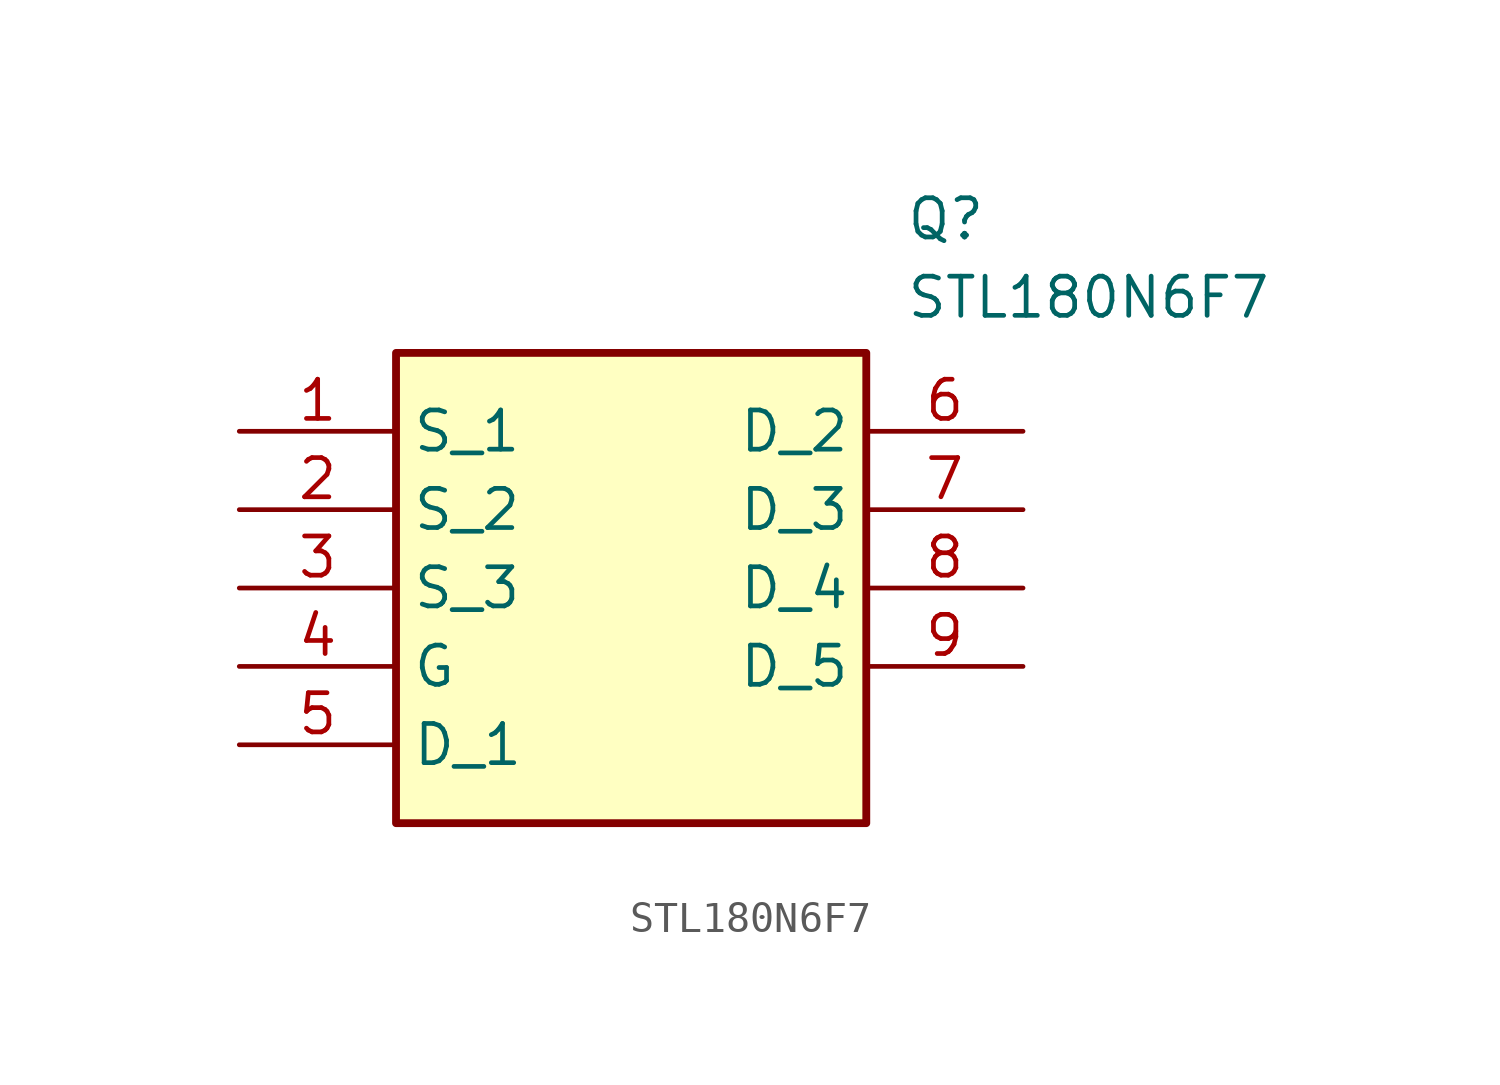
<source format=kicad_sym>
(kicad_symbol_lib
  (version 20241209)
  (generator "kicad_symbol_editor")
  (generator_version "9.0")
  (symbol "STL180N6F7"
    (property "Reference" "Q"
      (at 21.59 7.62 0)
      (effects (font (size 1.27 1.27)) (justify left top)))
    (property "Value" "STL180N6F7"
      (at 21.59 5.08 0)
      (effects (font (size 1.27 1.27)) (justify left top)))
    (symbol "STL180N6F7_1_1"
      (rectangle (start 5.08 2.54) (end 20.32 -12.7) (stroke (width 0.254) (type default)) (fill (type background)))
      (pin passive line (at 0 0 0) (length 5.08) (name "S_1" (effects (font (size 1.27 1.27)))) (number "1" (effects (font (size 1.27 1.27)))))
      (pin passive line (at 0 -2.54 0) (length 5.08) (name "S_2" (effects (font (size 1.27 1.27)))) (number "2" (effects (font (size 1.27 1.27)))))
      (pin passive line (at 0 -5.08 0) (length 5.08) (name "S_3" (effects (font (size 1.27 1.27)))) (number "3" (effects (font (size 1.27 1.27)))))
      (pin passive line (at 0 -7.62 0) (length 5.08) (name "G" (effects (font (size 1.27 1.27)))) (number "4" (effects (font (size 1.27 1.27)))))
      (pin passive line (at 0 -10.16 0) (length 5.08) (name "D_1" (effects (font (size 1.27 1.27)))) (number "5" (effects (font (size 1.27 1.27)))))
      (pin passive line (at 25.4 0 180) (length 5.08) (name "D_2" (effects (font (size 1.27 1.27)))) (number "6" (effects (font (size 1.27 1.27)))))
      (pin passive line (at 25.4 -2.54 180) (length 5.08) (name "D_3" (effects (font (size 1.27 1.27)))) (number "7" (effects (font (size 1.27 1.27)))))
      (pin passive line (at 25.4 -5.08 180) (length 5.08) (name "D_4" (effects (font (size 1.27 1.27)))) (number "8" (effects (font (size 1.27 1.27)))))
      (pin passive line (at 25.4 -7.62 180) (length 5.08) (name "D_5" (effects (font (size 1.27 1.27)))) (number "9" (effects (font (size 1.27 1.27))))))))
</source>
